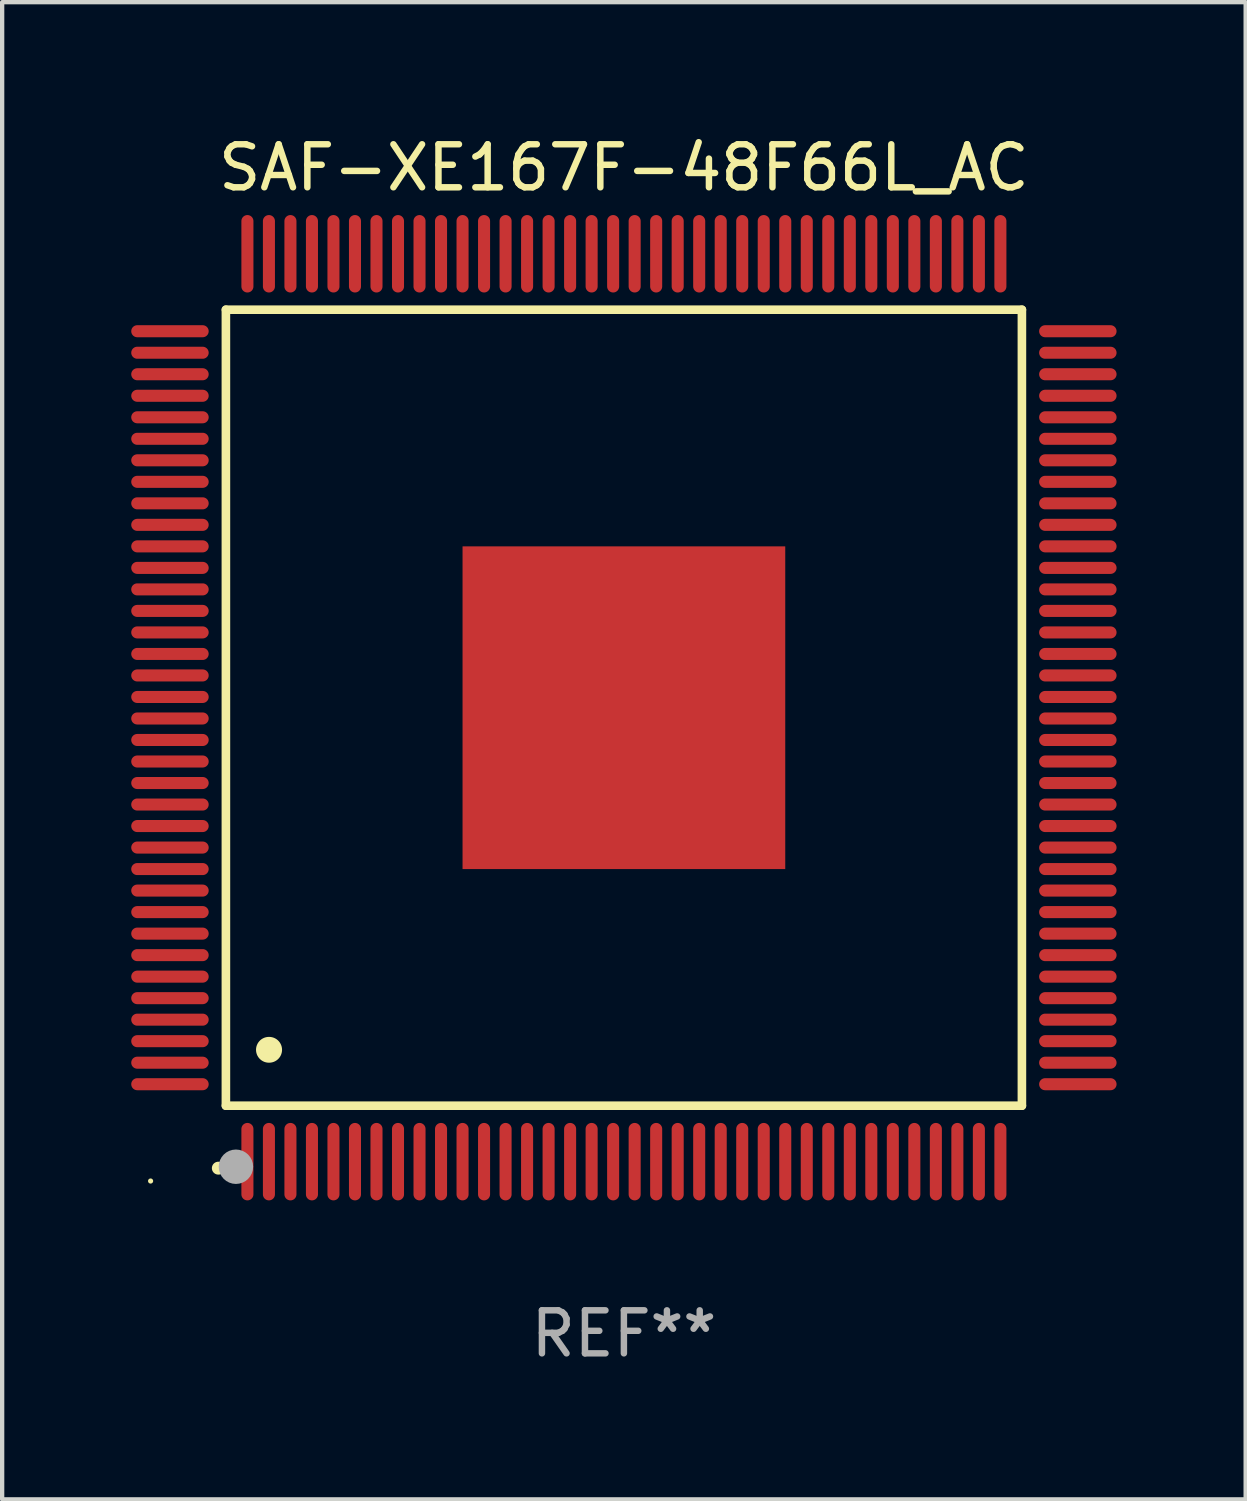
<source format=kicad_pcb>
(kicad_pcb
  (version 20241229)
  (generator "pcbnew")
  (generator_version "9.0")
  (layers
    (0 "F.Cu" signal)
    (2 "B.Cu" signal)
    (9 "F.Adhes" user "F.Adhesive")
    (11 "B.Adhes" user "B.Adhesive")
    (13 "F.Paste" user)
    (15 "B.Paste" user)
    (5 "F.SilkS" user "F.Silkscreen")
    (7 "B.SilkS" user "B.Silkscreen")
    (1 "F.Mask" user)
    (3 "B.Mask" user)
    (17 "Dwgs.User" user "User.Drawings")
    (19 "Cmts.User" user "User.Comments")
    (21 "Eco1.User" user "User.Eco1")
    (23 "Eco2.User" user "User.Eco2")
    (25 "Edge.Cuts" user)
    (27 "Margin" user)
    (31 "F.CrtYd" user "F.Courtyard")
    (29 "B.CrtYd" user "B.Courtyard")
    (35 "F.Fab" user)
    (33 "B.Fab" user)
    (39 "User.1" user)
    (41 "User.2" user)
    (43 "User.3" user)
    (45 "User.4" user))
  (footprint "SAF-XE167F-48F66L_AC"
    (layer "F.Cu")
    (at 11.45 13.398)
    (property "Reference" "SAF-XE167F-48F66L_AC" (at 0 -12.55 0) (layer "F.SilkS") (effects (font (size 1 1) (thickness 0.15))))
    (attr through_hole)
    (fp_line (start -9.25 -9.25) (end 9.25 -9.25) (stroke (width 0.2) (type solid)) (layer "F.SilkS"))
    (fp_line (start -9.25 9.25) (end -9.25 -9.25) (stroke (width 0.2) (type solid)) (layer "F.SilkS"))
    (fp_line (start 9.25 -9.25) (end 9.25 9.25) (stroke (width 0.2) (type solid)) (layer "F.SilkS"))
    (fp_line (start 9.25 9.25) (end -9.25 9.25) (stroke (width 0.2) (type solid)) (layer "F.SilkS"))
    (fp_arc (start -9.425959 10.701041) (mid -9.424689 10.701036) (end -9.423419 10.701041) (stroke (width 0.3) (type solid)) (layer "F.SilkS"))
    (fp_arc (start -8.249936 7.950216) (mid -8.247396 7.950205) (end -8.244856 7.950216) (stroke (width 0.6) (type solid)) (layer "F.SilkS"))
    (fp_circle (center -11 11) (end -10.97 11) (stroke (width 0.06) (type solid)) (fill no) (layer "F.SilkS"))
    (fp_circle (center -9.017 10.668) (end -8.817 10.668) (stroke (width 0.4) (type solid)) (fill no) (layer "F.Fab"))
    (fp_text user "REF**" (at 0 14.55 0) (layer "F.Fab") (effects (font (size 1 1) (thickness 0.15))))
    (pad "1" smd oval (at -8.75 10.55 180) (size 0.28 1.8) (layers "F.Cu" "F.Mask" "F.Paste"))
    (pad "2" smd oval (at -8.25 10.55 180) (size 0.28 1.8) (layers "F.Cu" "F.Mask" "F.Paste"))
    (pad "3" smd oval (at -7.75 10.55 180) (size 0.28 1.8) (layers "F.Cu" "F.Mask" "F.Paste"))
    (pad "4" smd oval (at -7.25 10.55 180) (size 0.28 1.8) (layers "F.Cu" "F.Mask" "F.Paste"))
    (pad "5" smd oval (at -6.75 10.55 180) (size 0.28 1.8) (layers "F.Cu" "F.Mask" "F.Paste"))
    (pad "6" smd oval (at -6.25 10.55 180) (size 0.28 1.8) (layers "F.Cu" "F.Mask" "F.Paste"))
    (pad "7" smd oval (at -5.75 10.55 180) (size 0.28 1.8) (layers "F.Cu" "F.Mask" "F.Paste"))
    (pad "8" smd oval (at -5.25 10.55 180) (size 0.28 1.8) (layers "F.Cu" "F.Mask" "F.Paste"))
    (pad "9" smd oval (at -4.75 10.55 180) (size 0.28 1.8) (layers "F.Cu" "F.Mask" "F.Paste"))
    (pad "10" smd oval (at -4.25 10.55 180) (size 0.28 1.8) (layers "F.Cu" "F.Mask" "F.Paste"))
    (pad "11" smd oval (at -3.75 10.55 180) (size 0.28 1.8) (layers "F.Cu" "F.Mask" "F.Paste"))
    (pad "12" smd oval (at -3.25 10.55 180) (size 0.28 1.8) (layers "F.Cu" "F.Mask" "F.Paste"))
    (pad "13" smd oval (at -2.75 10.55 180) (size 0.28 1.8) (layers "F.Cu" "F.Mask" "F.Paste"))
    (pad "14" smd oval (at -2.25 10.55 180) (size 0.28 1.8) (layers "F.Cu" "F.Mask" "F.Paste"))
    (pad "15" smd oval (at -1.75 10.55 180) (size 0.28 1.8) (layers "F.Cu" "F.Mask" "F.Paste"))
    (pad "16" smd oval (at -1.25 10.55 180) (size 0.28 1.8) (layers "F.Cu" "F.Mask" "F.Paste"))
    (pad "17" smd oval (at -0.75 10.55 180) (size 0.28 1.8) (layers "F.Cu" "F.Mask" "F.Paste"))
    (pad "18" smd oval (at -0.25 10.55 180) (size 0.28 1.8) (layers "F.Cu" "F.Mask" "F.Paste"))
    (pad "19" smd oval (at 0.25 10.55 180) (size 0.28 1.8) (layers "F.Cu" "F.Mask" "F.Paste"))
    (pad "20" smd oval (at 0.75 10.55 180) (size 0.28 1.8) (layers "F.Cu" "F.Mask" "F.Paste"))
    (pad "21" smd oval (at 1.25 10.55 180) (size 0.28 1.8) (layers "F.Cu" "F.Mask" "F.Paste"))
    (pad "22" smd oval (at 1.75 10.55 180) (size 0.28 1.8) (layers "F.Cu" "F.Mask" "F.Paste"))
    (pad "23" smd oval (at 2.25 10.55 180) (size 0.28 1.8) (layers "F.Cu" "F.Mask" "F.Paste"))
    (pad "24" smd oval (at 2.75 10.55 180) (size 0.28 1.8) (layers "F.Cu" "F.Mask" "F.Paste"))
    (pad "25" smd oval (at 3.25 10.55 180) (size 0.28 1.8) (layers "F.Cu" "F.Mask" "F.Paste"))
    (pad "26" smd oval (at 3.75 10.55 180) (size 0.28 1.8) (layers "F.Cu" "F.Mask" "F.Paste"))
    (pad "27" smd oval (at 4.25 10.55 180) (size 0.28 1.8) (layers "F.Cu" "F.Mask" "F.Paste"))
    (pad "28" smd oval (at 4.75 10.55 180) (size 0.28 1.8) (layers "F.Cu" "F.Mask" "F.Paste"))
    (pad "29" smd oval (at 5.25 10.55 180) (size 0.28 1.8) (layers "F.Cu" "F.Mask" "F.Paste"))
    (pad "30" smd oval (at 5.75 10.55 180) (size 0.28 1.8) (layers "F.Cu" "F.Mask" "F.Paste"))
    (pad "31" smd oval (at 6.25 10.55 180) (size 0.28 1.8) (layers "F.Cu" "F.Mask" "F.Paste"))
    (pad "32" smd oval (at 6.75 10.55 180) (size 0.28 1.8) (layers "F.Cu" "F.Mask" "F.Paste"))
    (pad "33" smd oval (at 7.25 10.55 180) (size 0.28 1.8) (layers "F.Cu" "F.Mask" "F.Paste"))
    (pad "34" smd oval (at 7.75 10.55 180) (size 0.28 1.8) (layers "F.Cu" "F.Mask" "F.Paste"))
    (pad "35" smd oval (at 8.25 10.55 180) (size 0.28 1.8) (layers "F.Cu" "F.Mask" "F.Paste"))
    (pad "36" smd oval (at 8.75 10.55 180) (size 0.28 1.8) (layers "F.Cu" "F.Mask" "F.Paste"))
    (pad "37" smd oval (at 10.55 8.75 90) (size 0.28 1.8) (layers "F.Cu" "F.Mask" "F.Paste"))
    (pad "38" smd oval (at 10.55 8.25 90) (size 0.28 1.8) (layers "F.Cu" "F.Mask" "F.Paste"))
    (pad "39" smd oval (at 10.55 7.75 90) (size 0.28 1.8) (layers "F.Cu" "F.Mask" "F.Paste"))
    (pad "40" smd oval (at 10.55 7.25 90) (size 0.28 1.8) (layers "F.Cu" "F.Mask" "F.Paste"))
    (pad "41" smd oval (at 10.55 6.75 90) (size 0.28 1.8) (layers "F.Cu" "F.Mask" "F.Paste"))
    (pad "42" smd oval (at 10.55 6.25 90) (size 0.28 1.8) (layers "F.Cu" "F.Mask" "F.Paste"))
    (pad "43" smd oval (at 10.55 5.75 90) (size 0.28 1.8) (layers "F.Cu" "F.Mask" "F.Paste"))
    (pad "44" smd oval (at 10.55 5.25 90) (size 0.28 1.8) (layers "F.Cu" "F.Mask" "F.Paste"))
    (pad "45" smd oval (at 10.55 4.75 90) (size 0.28 1.8) (layers "F.Cu" "F.Mask" "F.Paste"))
    (pad "46" smd oval (at 10.55 4.25 90) (size 0.28 1.8) (layers "F.Cu" "F.Mask" "F.Paste"))
    (pad "47" smd oval (at 10.55 3.75 90) (size 0.28 1.8) (layers "F.Cu" "F.Mask" "F.Paste"))
    (pad "48" smd oval (at 10.55 3.25 90) (size 0.28 1.8) (layers "F.Cu" "F.Mask" "F.Paste"))
    (pad "49" smd oval (at 10.55 2.75 90) (size 0.28 1.8) (layers "F.Cu" "F.Mask" "F.Paste"))
    (pad "50" smd oval (at 10.55 2.25 90) (size 0.28 1.8) (layers "F.Cu" "F.Mask" "F.Paste"))
    (pad "51" smd oval (at 10.55 1.75 90) (size 0.28 1.8) (layers "F.Cu" "F.Mask" "F.Paste"))
    (pad "52" smd oval (at 10.55 1.25 90) (size 0.28 1.8) (layers "F.Cu" "F.Mask" "F.Paste"))
    (pad "53" smd oval (at 10.55 0.75 90) (size 0.28 1.8) (layers "F.Cu" "F.Mask" "F.Paste"))
    (pad "54" smd oval (at 10.55 0.25 90) (size 0.28 1.8) (layers "F.Cu" "F.Mask" "F.Paste"))
    (pad "55" smd oval (at 10.55 -0.25 90) (size 0.28 1.8) (layers "F.Cu" "F.Mask" "F.Paste"))
    (pad "56" smd oval (at 10.55 -0.75 90) (size 0.28 1.8) (layers "F.Cu" "F.Mask" "F.Paste"))
    (pad "57" smd oval (at 10.55 -1.25 90) (size 0.28 1.8) (layers "F.Cu" "F.Mask" "F.Paste"))
    (pad "58" smd oval (at 10.55 -1.75 90) (size 0.28 1.8) (layers "F.Cu" "F.Mask" "F.Paste"))
    (pad "59" smd oval (at 10.55 -2.25 90) (size 0.28 1.8) (layers "F.Cu" "F.Mask" "F.Paste"))
    (pad "60" smd oval (at 10.55 -2.75 90) (size 0.28 1.8) (layers "F.Cu" "F.Mask" "F.Paste"))
    (pad "61" smd oval (at 10.55 -3.25 90) (size 0.28 1.8) (layers "F.Cu" "F.Mask" "F.Paste"))
    (pad "62" smd oval (at 10.55 -3.75 90) (size 0.28 1.8) (layers "F.Cu" "F.Mask" "F.Paste"))
    (pad "63" smd oval (at 10.55 -4.25 90) (size 0.28 1.8) (layers "F.Cu" "F.Mask" "F.Paste"))
    (pad "64" smd oval (at 10.55 -4.75 90) (size 0.28 1.8) (layers "F.Cu" "F.Mask" "F.Paste"))
    (pad "65" smd oval (at 10.55 -5.25 90) (size 0.28 1.8) (layers "F.Cu" "F.Mask" "F.Paste"))
    (pad "66" smd oval (at 10.55 -5.75 90) (size 0.28 1.8) (layers "F.Cu" "F.Mask" "F.Paste"))
    (pad "67" smd oval (at 10.55 -6.25 90) (size 0.28 1.8) (layers "F.Cu" "F.Mask" "F.Paste"))
    (pad "68" smd oval (at 10.55 -6.75 90) (size 0.28 1.8) (layers "F.Cu" "F.Mask" "F.Paste"))
    (pad "69" smd oval (at 10.55 -7.25 90) (size 0.28 1.8) (layers "F.Cu" "F.Mask" "F.Paste"))
    (pad "70" smd oval (at 10.55 -7.75 90) (size 0.28 1.8) (layers "F.Cu" "F.Mask" "F.Paste"))
    (pad "71" smd oval (at 10.55 -8.25 90) (size 0.28 1.8) (layers "F.Cu" "F.Mask" "F.Paste"))
    (pad "72" smd oval (at 10.55 -8.75 90) (size 0.28 1.8) (layers "F.Cu" "F.Mask" "F.Paste"))
    (pad "73" smd oval (at 8.75 -10.55 180) (size 0.28 1.8) (layers "F.Cu" "F.Mask" "F.Paste"))
    (pad "74" smd oval (at 8.25 -10.55 180) (size 0.28 1.8) (layers "F.Cu" "F.Mask" "F.Paste"))
    (pad "75" smd oval (at 7.75 -10.55 180) (size 0.28 1.8) (layers "F.Cu" "F.Mask" "F.Paste"))
    (pad "76" smd oval (at 7.25 -10.55 180) (size 0.28 1.8) (layers "F.Cu" "F.Mask" "F.Paste"))
    (pad "77" smd oval (at 6.75 -10.55 180) (size 0.28 1.8) (layers "F.Cu" "F.Mask" "F.Paste"))
    (pad "78" smd oval (at 6.25 -10.55 180) (size 0.28 1.8) (layers "F.Cu" "F.Mask" "F.Paste"))
    (pad "79" smd oval (at 5.75 -10.55 180) (size 0.28 1.8) (layers "F.Cu" "F.Mask" "F.Paste"))
    (pad "80" smd oval (at 5.25 -10.55 180) (size 0.28 1.8) (layers "F.Cu" "F.Mask" "F.Paste"))
    (pad "81" smd oval (at 4.75 -10.55 180) (size 0.28 1.8) (layers "F.Cu" "F.Mask" "F.Paste"))
    (pad "82" smd oval (at 4.25 -10.55 180) (size 0.28 1.8) (layers "F.Cu" "F.Mask" "F.Paste"))
    (pad "83" smd oval (at 3.75 -10.55 180) (size 0.28 1.8) (layers "F.Cu" "F.Mask" "F.Paste"))
    (pad "84" smd oval (at 3.25 -10.55 180) (size 0.28 1.8) (layers "F.Cu" "F.Mask" "F.Paste"))
    (pad "85" smd oval (at 2.75 -10.55 180) (size 0.28 1.8) (layers "F.Cu" "F.Mask" "F.Paste"))
    (pad "86" smd oval (at 2.25 -10.55 180) (size 0.28 1.8) (layers "F.Cu" "F.Mask" "F.Paste"))
    (pad "87" smd oval (at 1.75 -10.55 180) (size 0.28 1.8) (layers "F.Cu" "F.Mask" "F.Paste"))
    (pad "88" smd oval (at 1.25 -10.55 180) (size 0.28 1.8) (layers "F.Cu" "F.Mask" "F.Paste"))
    (pad "89" smd oval (at 0.75 -10.55 180) (size 0.28 1.8) (layers "F.Cu" "F.Mask" "F.Paste"))
    (pad "90" smd oval (at 0.25 -10.55 180) (size 0.28 1.8) (layers "F.Cu" "F.Mask" "F.Paste"))
    (pad "91" smd oval (at -0.25 -10.55 180) (size 0.28 1.8) (layers "F.Cu" "F.Mask" "F.Paste"))
    (pad "92" smd oval (at -0.75 -10.55 180) (size 0.28 1.8) (layers "F.Cu" "F.Mask" "F.Paste"))
    (pad "93" smd oval (at -1.25 -10.55 180) (size 0.28 1.8) (layers "F.Cu" "F.Mask" "F.Paste"))
    (pad "94" smd oval (at -1.75 -10.55 180) (size 0.28 1.8) (layers "F.Cu" "F.Mask" "F.Paste"))
    (pad "95" smd oval (at -2.25 -10.55 180) (size 0.28 1.8) (layers "F.Cu" "F.Mask" "F.Paste"))
    (pad "96" smd oval (at -2.75 -10.55 180) (size 0.28 1.8) (layers "F.Cu" "F.Mask" "F.Paste"))
    (pad "97" smd oval (at -3.25 -10.55 180) (size 0.28 1.8) (layers "F.Cu" "F.Mask" "F.Paste"))
    (pad "98" smd oval (at -3.75 -10.55 180) (size 0.28 1.8) (layers "F.Cu" "F.Mask" "F.Paste"))
    (pad "99" smd oval (at -4.25 -10.55 180) (size 0.28 1.8) (layers "F.Cu" "F.Mask" "F.Paste"))
    (pad "100" smd oval (at -4.75 -10.55 180) (size 0.28 1.8) (layers "F.Cu" "F.Mask" "F.Paste"))
    (pad "101" smd oval (at -5.25 -10.55 180) (size 0.28 1.8) (layers "F.Cu" "F.Mask" "F.Paste"))
    (pad "102" smd oval (at -5.75 -10.55 180) (size 0.28 1.8) (layers "F.Cu" "F.Mask" "F.Paste"))
    (pad "103" smd oval (at -6.25 -10.55 180) (size 0.28 1.8) (layers "F.Cu" "F.Mask" "F.Paste"))
    (pad "104" smd oval (at -6.75 -10.55 180) (size 0.28 1.8) (layers "F.Cu" "F.Mask" "F.Paste"))
    (pad "105" smd oval (at -7.25 -10.55 180) (size 0.28 1.8) (layers "F.Cu" "F.Mask" "F.Paste"))
    (pad "106" smd oval (at -7.75 -10.55 180) (size 0.28 1.8) (layers "F.Cu" "F.Mask" "F.Paste"))
    (pad "107" smd oval (at -8.25 -10.55 180) (size 0.28 1.8) (layers "F.Cu" "F.Mask" "F.Paste"))
    (pad "108" smd oval (at -8.75 -10.55 180) (size 0.28 1.8) (layers "F.Cu" "F.Mask" "F.Paste"))
    (pad "109" smd oval (at -10.55 -8.75 90) (size 0.28 1.8) (layers "F.Cu" "F.Mask" "F.Paste"))
    (pad "110" smd oval (at -10.55 -8.25 90) (size 0.28 1.8) (layers "F.Cu" "F.Mask" "F.Paste"))
    (pad "111" smd oval (at -10.55 -7.75 90) (size 0.28 1.8) (layers "F.Cu" "F.Mask" "F.Paste"))
    (pad "112" smd oval (at -10.55 -7.25 90) (size 0.28 1.8) (layers "F.Cu" "F.Mask" "F.Paste"))
    (pad "113" smd oval (at -10.55 -6.75 90) (size 0.28 1.8) (layers "F.Cu" "F.Mask" "F.Paste"))
    (pad "114" smd oval (at -10.55 -6.25 90) (size 0.28 1.8) (layers "F.Cu" "F.Mask" "F.Paste"))
    (pad "115" smd oval (at -10.55 -5.75 90) (size 0.28 1.8) (layers "F.Cu" "F.Mask" "F.Paste"))
    (pad "116" smd oval (at -10.55 -5.25 90) (size 0.28 1.8) (layers "F.Cu" "F.Mask" "F.Paste"))
    (pad "117" smd oval (at -10.55 -4.75 90) (size 0.28 1.8) (layers "F.Cu" "F.Mask" "F.Paste"))
    (pad "118" smd oval (at -10.55 -4.25 90) (size 0.28 1.8) (layers "F.Cu" "F.Mask" "F.Paste"))
    (pad "119" smd oval (at -10.55 -3.75 90) (size 0.28 1.8) (layers "F.Cu" "F.Mask" "F.Paste"))
    (pad "120" smd oval (at -10.55 -3.25 90) (size 0.28 1.8) (layers "F.Cu" "F.Mask" "F.Paste"))
    (pad "121" smd oval (at -10.55 -2.75 90) (size 0.28 1.8) (layers "F.Cu" "F.Mask" "F.Paste"))
    (pad "122" smd oval (at -10.55 -2.25 90) (size 0.28 1.8) (layers "F.Cu" "F.Mask" "F.Paste"))
    (pad "123" smd oval (at -10.55 -1.75 90) (size 0.28 1.8) (layers "F.Cu" "F.Mask" "F.Paste"))
    (pad "124" smd oval (at -10.55 -1.25 90) (size 0.28 1.8) (layers "F.Cu" "F.Mask" "F.Paste"))
    (pad "125" smd oval (at -10.55 -0.75 90) (size 0.28 1.8) (layers "F.Cu" "F.Mask" "F.Paste"))
    (pad "126" smd oval (at -10.55 -0.25 90) (size 0.28 1.8) (layers "F.Cu" "F.Mask" "F.Paste"))
    (pad "127" smd oval (at -10.55 0.25 90) (size 0.28 1.8) (layers "F.Cu" "F.Mask" "F.Paste"))
    (pad "128" smd oval (at -10.55 0.75 90) (size 0.28 1.8) (layers "F.Cu" "F.Mask" "F.Paste"))
    (pad "129" smd oval (at -10.55 1.25 90) (size 0.28 1.8) (layers "F.Cu" "F.Mask" "F.Paste"))
    (pad "130" smd oval (at -10.55 1.75 90) (size 0.28 1.8) (layers "F.Cu" "F.Mask" "F.Paste"))
    (pad "131" smd oval (at -10.55 2.25 90) (size 0.28 1.8) (layers "F.Cu" "F.Mask" "F.Paste"))
    (pad "132" smd oval (at -10.55 2.75 90) (size 0.28 1.8) (layers "F.Cu" "F.Mask" "F.Paste"))
    (pad "133" smd oval (at -10.55 3.25 90) (size 0.28 1.8) (layers "F.Cu" "F.Mask" "F.Paste"))
    (pad "134" smd oval (at -10.55 3.75 90) (size 0.28 1.8) (layers "F.Cu" "F.Mask" "F.Paste"))
    (pad "135" smd oval (at -10.55 4.25 90) (size 0.28 1.8) (layers "F.Cu" "F.Mask" "F.Paste"))
    (pad "136" smd oval (at -10.55 4.75 90) (size 0.28 1.8) (layers "F.Cu" "F.Mask" "F.Paste"))
    (pad "137" smd oval (at -10.55 5.25 90) (size 0.28 1.8) (layers "F.Cu" "F.Mask" "F.Paste"))
    (pad "138" smd oval (at -10.55 5.75 90) (size 0.28 1.8) (layers "F.Cu" "F.Mask" "F.Paste"))
    (pad "139" smd oval (at -10.55 6.25 90) (size 0.28 1.8) (layers "F.Cu" "F.Mask" "F.Paste"))
    (pad "140" smd oval (at -10.55 6.75 90) (size 0.28 1.8) (layers "F.Cu" "F.Mask" "F.Paste"))
    (pad "141" smd oval (at -10.55 7.25 90) (size 0.28 1.8) (layers "F.Cu" "F.Mask" "F.Paste"))
    (pad "142" smd oval (at -10.55 7.75 90) (size 0.28 1.8) (layers "F.Cu" "F.Mask" "F.Paste"))
    (pad "143" smd oval (at -10.55 8.25 90) (size 0.28 1.8) (layers "F.Cu" "F.Mask" "F.Paste"))
    (pad "144" smd oval (at -10.55 8.75 90) (size 0.28 1.8) (layers "F.Cu" "F.Mask" "F.Paste"))
    (pad "145" smd rect (at 0 0 90) (size 7.5 7.5) (layers "F.Cu" "F.Mask" "F.Paste")))
  (gr_rect
    (start -3 -3)
    (end 25.9 31.796)
    (stroke (width 0.1) (type default))
    (fill no)
    (layer "Edge.Cuts")))
</source>
